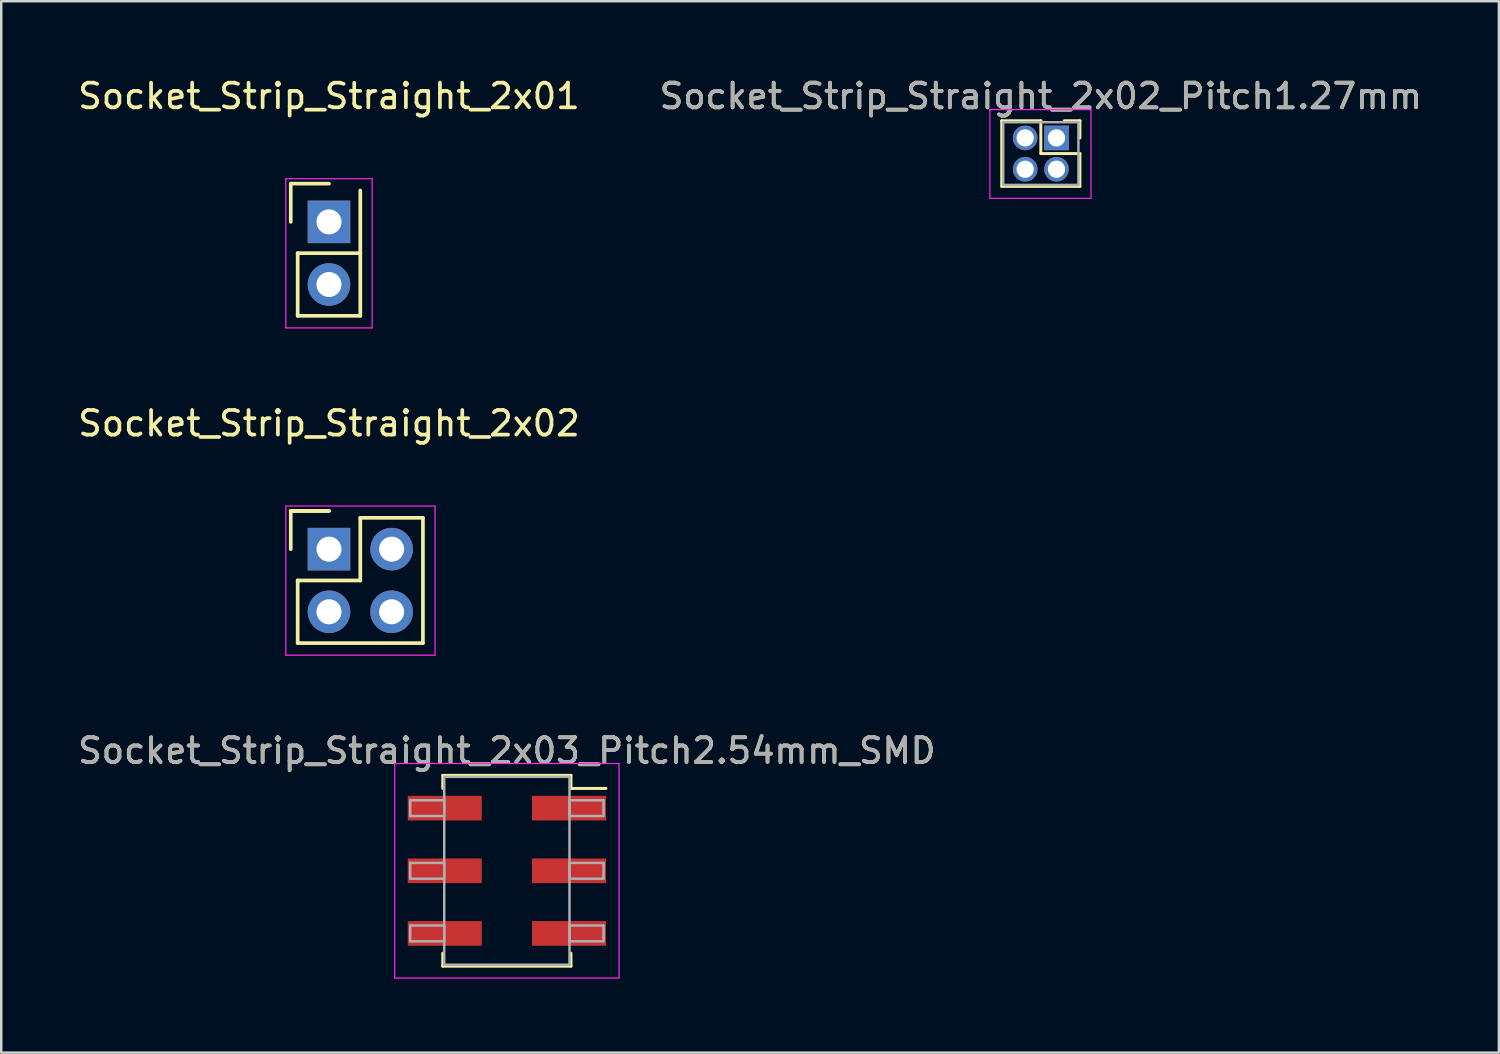
<source format=kicad_pcb>
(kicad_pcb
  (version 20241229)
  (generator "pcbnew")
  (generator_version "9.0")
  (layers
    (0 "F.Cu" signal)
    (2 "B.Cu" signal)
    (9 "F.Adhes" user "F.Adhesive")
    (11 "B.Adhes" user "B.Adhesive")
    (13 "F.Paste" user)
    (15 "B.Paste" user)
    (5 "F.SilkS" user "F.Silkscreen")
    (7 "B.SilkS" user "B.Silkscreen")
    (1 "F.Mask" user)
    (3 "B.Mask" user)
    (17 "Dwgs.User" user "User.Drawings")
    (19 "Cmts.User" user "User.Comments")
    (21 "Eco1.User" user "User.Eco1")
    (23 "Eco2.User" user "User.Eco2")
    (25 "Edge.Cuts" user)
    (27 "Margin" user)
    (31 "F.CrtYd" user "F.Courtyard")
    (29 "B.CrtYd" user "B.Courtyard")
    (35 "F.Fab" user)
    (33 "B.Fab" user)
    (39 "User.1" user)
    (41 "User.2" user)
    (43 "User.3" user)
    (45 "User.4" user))
  (footprint "Socket_Strip_Straight_2x03_Pitch2.54mm_SMD"
    (layer "F.Cu")
    (at 17.506 32.265)
    (property "Reference" "Socket_Strip_Straight_2x03_Pitch2.54mm_SMD" (at 0 -4.87 0) (layer "F.SilkS") (effects (font (size 1 1) (thickness 0.15))))
    (attr smd)
    (fp_line (start -2.6 -3.87) (end 2.6 -3.87) (stroke (width 0.12) (type solid)) (layer "F.SilkS"))
    (fp_line (start -2.6 -3.34) (end -2.6 -3.87) (stroke (width 0.12) (type solid)) (layer "F.SilkS"))
    (fp_line (start -2.6 3.34) (end -2.6 3.87) (stroke (width 0.12) (type solid)) (layer "F.SilkS"))
    (fp_line (start -2.6 3.87) (end 2.6 3.87) (stroke (width 0.12) (type solid)) (layer "F.SilkS"))
    (fp_line (start 2.6 -3.87) (end 2.6 -3.34) (stroke (width 0.12) (type solid)) (layer "F.SilkS"))
    (fp_line (start 2.6 3.87) (end 2.6 3.34) (stroke (width 0.12) (type solid)) (layer "F.SilkS"))
    (fp_line (start 4.02 -3.34) (end 2.6 -3.34) (stroke (width 0.12) (type solid)) (layer "F.SilkS"))
    (fp_line (start -4.55 -4.35) (end -4.55 4.35) (stroke (width 0.05) (type solid)) (layer "F.CrtYd"))
    (fp_line (start -4.55 4.35) (end 4.55 4.35) (stroke (width 0.05) (type solid)) (layer "F.CrtYd"))
    (fp_line (start 4.55 -4.35) (end -4.55 -4.35) (stroke (width 0.05) (type solid)) (layer "F.CrtYd"))
    (fp_line (start 4.55 4.35) (end 4.55 -4.35) (stroke (width 0.05) (type solid)) (layer "F.CrtYd"))
    (fp_line (start -3.92 -2.86) (end -2.54 -2.86) (stroke (width 0.1) (type solid)) (layer "F.Fab"))
    (fp_line (start -3.92 -2.22) (end -3.92 -2.86) (stroke (width 0.1) (type solid)) (layer "F.Fab"))
    (fp_line (start -3.92 -0.32) (end -2.54 -0.32) (stroke (width 0.1) (type solid)) (layer "F.Fab"))
    (fp_line (start -3.92 0.32) (end -3.92 -0.32) (stroke (width 0.1) (type solid)) (layer "F.Fab"))
    (fp_line (start -3.92 2.22) (end -2.54 2.22) (stroke (width 0.1) (type solid)) (layer "F.Fab"))
    (fp_line (start -3.92 2.86) (end -3.92 2.22) (stroke (width 0.1) (type solid)) (layer "F.Fab"))
    (fp_line (start -2.54 -3.81) (end -2.54 3.81) (stroke (width 0.1) (type solid)) (layer "F.Fab"))
    (fp_line (start -2.54 -2.86) (end -2.54 -2.22) (stroke (width 0.1) (type solid)) (layer "F.Fab"))
    (fp_line (start -2.54 -2.22) (end -3.92 -2.22) (stroke (width 0.1) (type solid)) (layer "F.Fab"))
    (fp_line (start -2.54 -0.32) (end -2.54 0.32) (stroke (width 0.1) (type solid)) (layer "F.Fab"))
    (fp_line (start -2.54 0.32) (end -3.92 0.32) (stroke (width 0.1) (type solid)) (layer "F.Fab"))
    (fp_line (start -2.54 2.22) (end -2.54 2.86) (stroke (width 0.1) (type solid)) (layer "F.Fab"))
    (fp_line (start -2.54 2.86) (end -3.92 2.86) (stroke (width 0.1) (type solid)) (layer "F.Fab"))
    (fp_line (start -2.54 3.81) (end 2.54 3.81) (stroke (width 0.1) (type solid)) (layer "F.Fab"))
    (fp_line (start 2.54 -3.81) (end -2.54 -3.81) (stroke (width 0.1) (type solid)) (layer "F.Fab"))
    (fp_line (start 2.54 -2.86) (end 2.54 -2.22) (stroke (width 0.1) (type solid)) (layer "F.Fab"))
    (fp_line (start 2.54 -2.22) (end 3.92 -2.22) (stroke (width 0.1) (type solid)) (layer "F.Fab"))
    (fp_line (start 2.54 -0.32) (end 2.54 0.32) (stroke (width 0.1) (type solid)) (layer "F.Fab"))
    (fp_line (start 2.54 0.32) (end 3.92 0.32) (stroke (width 0.1) (type solid)) (layer "F.Fab"))
    (fp_line (start 2.54 2.22) (end 2.54 2.86) (stroke (width 0.1) (type solid)) (layer "F.Fab"))
    (fp_line (start 2.54 2.86) (end 3.92 2.86) (stroke (width 0.1) (type solid)) (layer "F.Fab"))
    (fp_line (start 2.54 3.81) (end 2.54 -3.81) (stroke (width 0.1) (type solid)) (layer "F.Fab"))
    (fp_line (start 3.92 -2.86) (end 2.54 -2.86) (stroke (width 0.1) (type solid)) (layer "F.Fab"))
    (fp_line (start 3.92 -2.22) (end 3.92 -2.86) (stroke (width 0.1) (type solid)) (layer "F.Fab"))
    (fp_line (start 3.92 -0.32) (end 2.54 -0.32) (stroke (width 0.1) (type solid)) (layer "F.Fab"))
    (fp_line (start 3.92 0.32) (end 3.92 -0.32) (stroke (width 0.1) (type solid)) (layer "F.Fab"))
    (fp_line (start 3.92 2.22) (end 2.54 2.22) (stroke (width 0.1) (type solid)) (layer "F.Fab"))
    (fp_line (start 3.92 2.86) (end 3.92 2.22) (stroke (width 0.1) (type solid)) (layer "F.Fab"))
    (fp_text user "${REFERENCE}" (at 0 -4.87 0) (layer "F.Fab") (effects (font (size 1 1) (thickness 0.15))))
    (pad "1" smd rect (at 2.52 -2.54) (size 3 1) (layers "F.Cu" "F.Mask" "F.Paste"))
    (pad "2" smd rect (at -2.52 -2.54) (size 3 1) (layers "F.Cu" "F.Mask" "F.Paste"))
    (pad "3" smd rect (at 2.52 0) (size 3 1) (layers "F.Cu" "F.Mask" "F.Paste"))
    (pad "4" smd rect (at -2.52 0) (size 3 1) (layers "F.Cu" "F.Mask" "F.Paste"))
    (pad "5" smd rect (at 2.52 2.54) (size 3 1) (layers "F.Cu" "F.Mask" "F.Paste"))
    (pad "6" smd rect (at -2.52 2.54) (size 3 1) (layers "F.Cu" "F.Mask" "F.Paste")))
  (footprint "Socket_Strip_Straight_2x02"
    (layer "F.Cu")
    (at 10.292 19.221)
    (property "Reference" "Socket_Strip_Straight_2x02" (at 0 -5.1 0) (layer "F.SilkS") (effects (font (size 1 1) (thickness 0.15))))
    (attr through_hole)
    (fp_line (start -1.55 -1.55) (end -1.55 0) (stroke (width 0.15) (type solid)) (layer "F.SilkS"))
    (fp_line (start -1.27 1.27) (end -1.27 3.81) (stroke (width 0.15) (type solid)) (layer "F.SilkS"))
    (fp_line (start -1.27 3.81) (end 3.81 3.81) (stroke (width 0.15) (type solid)) (layer "F.SilkS"))
    (fp_line (start 0 -1.55) (end -1.55 -1.55) (stroke (width 0.15) (type solid)) (layer "F.SilkS"))
    (fp_line (start 0 -1.55) (end -1.55 -1.55) (stroke (width 0.15) (type solid)) (layer "F.SilkS"))
    (fp_line (start 1.27 -1.27) (end 1.27 1.27) (stroke (width 0.15) (type solid)) (layer "F.SilkS"))
    (fp_line (start 1.27 1.27) (end -1.27 1.27) (stroke (width 0.15) (type solid)) (layer "F.SilkS"))
    (fp_line (start 3.81 -1.27) (end 1.27 -1.27) (stroke (width 0.15) (type solid)) (layer "F.SilkS"))
    (fp_line (start 3.81 3.81) (end 3.81 -1.27) (stroke (width 0.15) (type solid)) (layer "F.SilkS"))
    (fp_line (start -1.75 -1.75) (end -1.75 4.3) (stroke (width 0.05) (type solid)) (layer "F.CrtYd"))
    (fp_line (start -1.75 -1.75) (end 4.3 -1.75) (stroke (width 0.05) (type solid)) (layer "F.CrtYd"))
    (fp_line (start -1.75 4.3) (end 4.3 4.3) (stroke (width 0.05) (type solid)) (layer "F.CrtYd"))
    (fp_line (start 4.3 -1.75) (end 4.3 4.3) (stroke (width 0.05) (type solid)) (layer "F.CrtYd"))
    (pad "1" thru_hole rect (at 0 0) (size 1.727 1.727) (drill 1.016) (layers "*.Cu" "*.Mask"))
    (pad "2" thru_hole oval (at 0 2.54) (size 1.727 1.727) (drill 1.016) (layers "*.Cu" "*.Mask"))
    (pad "3" thru_hole oval (at 2.54 0) (size 1.727 1.727) (drill 1.016) (layers "*.Cu" "*.Mask"))
    (pad "4" thru_hole oval (at 2.54 2.54) (size 1.727 1.727) (drill 1.016) (layers "*.Cu" "*.Mask")))
  (footprint "Socket_Strip_Straight_2x01"
    (layer "F.Cu")
    (at 10.292 5.948)
    (property "Reference" "Socket_Strip_Straight_2x01" (at 0 -5.1 0) (layer "F.SilkS") (effects (font (size 1 1) (thickness 0.15))))
    (attr through_hole)
    (fp_line (start -1.55 -1.55) (end -1.55 0) (stroke (width 0.15) (type solid)) (layer "F.SilkS"))
    (fp_line (start -1.27 1.27) (end -1.27 3.81) (stroke (width 0.15) (type solid)) (layer "F.SilkS"))
    (fp_line (start -1.27 3.81) (end 1.27 3.81) (stroke (width 0.15) (type solid)) (layer "F.SilkS"))
    (fp_line (start 0 -1.55) (end -1.55 -1.55) (stroke (width 0.15) (type solid)) (layer "F.SilkS"))
    (fp_line (start 1.27 1.27) (end -1.27 1.27) (stroke (width 0.15) (type solid)) (layer "F.SilkS"))
    (fp_line (start 1.27 1.27) (end 1.27 -1.27) (stroke (width 0.15) (type solid)) (layer "F.SilkS"))
    (fp_line (start 1.27 3.81) (end 1.27 1.27) (stroke (width 0.15) (type solid)) (layer "F.SilkS"))
    (fp_line (start -1.75 -1.75) (end -1.75 4.3) (stroke (width 0.05) (type solid)) (layer "F.CrtYd"))
    (fp_line (start -1.75 -1.75) (end 1.75 -1.75) (stroke (width 0.05) (type solid)) (layer "F.CrtYd"))
    (fp_line (start -1.75 4.3) (end 1.75 4.3) (stroke (width 0.05) (type solid)) (layer "F.CrtYd"))
    (fp_line (start 1.75 -1.75) (end 1.75 4.3) (stroke (width 0.05) (type solid)) (layer "F.CrtYd"))
    (pad "1" thru_hole rect (at 0 0) (size 1.727 1.727) (drill 1.016) (layers "*.Cu" "*.Mask"))
    (pad "2" thru_hole oval (at 0 2.54) (size 1.727 1.727) (drill 1.016) (layers "*.Cu" "*.Mask")))
  (footprint "Socket_Strip_Straight_2x02_Pitch1.27mm"
    (layer "F.Cu")
    (at 39.796 2.543)
    (property "Reference" "Socket_Strip_Straight_2x02_Pitch1.27mm" (at -0.635 -1.695 0) (layer "F.SilkS") (effects (font (size 1 1) (thickness 0.15))))
    (attr through_hole)
    (fp_line (start -2.22 -0.695) (end -0.635 -0.695) (stroke (width 0.12) (type solid)) (layer "F.SilkS"))
    (fp_line (start -2.22 1.965) (end -2.22 -0.695) (stroke (width 0.12) (type solid)) (layer "F.SilkS"))
    (fp_line (start -0.635 -0.695) (end -0.635 0.635) (stroke (width 0.12) (type solid)) (layer "F.SilkS"))
    (fp_line (start -0.635 0.635) (end 0.95 0.635) (stroke (width 0.12) (type solid)) (layer "F.SilkS"))
    (fp_line (start 0.95 -0.695) (end 0.315 -0.695) (stroke (width 0.12) (type solid)) (layer "F.SilkS"))
    (fp_line (start 0.95 0) (end 0.95 -0.695) (stroke (width 0.12) (type solid)) (layer "F.SilkS"))
    (fp_line (start 0.95 0.635) (end 0.95 1.965) (stroke (width 0.12) (type solid)) (layer "F.SilkS"))
    (fp_line (start 0.95 1.965) (end -2.22 1.965) (stroke (width 0.12) (type solid)) (layer "F.SilkS"))
    (fp_line (start -2.7 -1.15) (end -2.7 2.45) (stroke (width 0.05) (type solid)) (layer "F.CrtYd"))
    (fp_line (start -2.7 2.45) (end 1.4 2.45) (stroke (width 0.05) (type solid)) (layer "F.CrtYd"))
    (fp_line (start 1.4 -1.15) (end -2.7 -1.15) (stroke (width 0.05) (type solid)) (layer "F.CrtYd"))
    (fp_line (start 1.4 2.45) (end 1.4 -1.15) (stroke (width 0.05) (type solid)) (layer "F.CrtYd"))
    (fp_line (start -2.16 -0.635) (end -2.16 1.905) (stroke (width 0.1) (type solid)) (layer "F.Fab"))
    (fp_line (start -2.16 1.905) (end 0.89 1.905) (stroke (width 0.1) (type solid)) (layer "F.Fab"))
    (fp_line (start 0.89 -0.635) (end -2.16 -0.635) (stroke (width 0.1) (type solid)) (layer "F.Fab"))
    (fp_line (start 0.89 1.905) (end 0.89 -0.635) (stroke (width 0.1) (type solid)) (layer "F.Fab"))
    (fp_text user "${REFERENCE}" (at -0.635 -1.695 0) (layer "F.Fab") (effects (font (size 1 1) (thickness 0.15))))
    (pad "1" thru_hole rect (at 0 0) (size 1 1) (drill 0.7) (layers "*.Cu" "*.Mask"))
    (pad "2" thru_hole oval (at -1.27 0) (size 1 1) (drill 0.7) (layers "*.Cu" "*.Mask"))
    (pad "3" thru_hole oval (at 0 1.27) (size 1 1) (drill 0.7) (layers "*.Cu" "*.Mask"))
    (pad "4" thru_hole oval (at -1.27 1.27) (size 1 1) (drill 0.7) (layers "*.Cu" "*.Mask")))
  (gr_rect
    (start -3 -3)
    (end 57.738 39.64)
    (stroke (width 0.1) (type default))
    (fill no)
    (layer "Edge.Cuts")))
</source>
